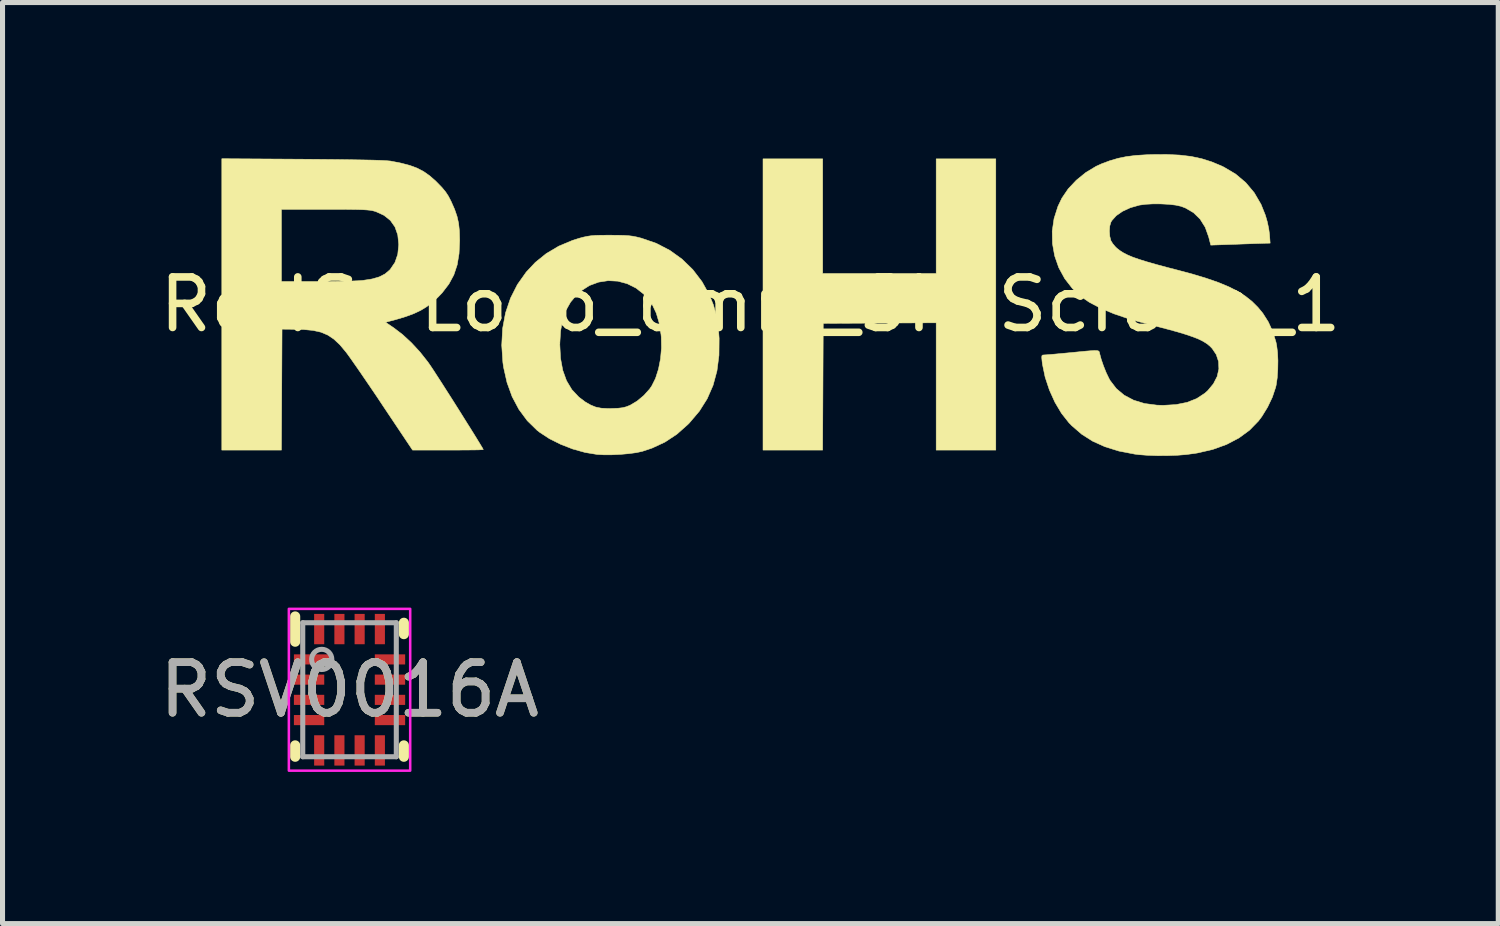
<source format=kicad_pcb>
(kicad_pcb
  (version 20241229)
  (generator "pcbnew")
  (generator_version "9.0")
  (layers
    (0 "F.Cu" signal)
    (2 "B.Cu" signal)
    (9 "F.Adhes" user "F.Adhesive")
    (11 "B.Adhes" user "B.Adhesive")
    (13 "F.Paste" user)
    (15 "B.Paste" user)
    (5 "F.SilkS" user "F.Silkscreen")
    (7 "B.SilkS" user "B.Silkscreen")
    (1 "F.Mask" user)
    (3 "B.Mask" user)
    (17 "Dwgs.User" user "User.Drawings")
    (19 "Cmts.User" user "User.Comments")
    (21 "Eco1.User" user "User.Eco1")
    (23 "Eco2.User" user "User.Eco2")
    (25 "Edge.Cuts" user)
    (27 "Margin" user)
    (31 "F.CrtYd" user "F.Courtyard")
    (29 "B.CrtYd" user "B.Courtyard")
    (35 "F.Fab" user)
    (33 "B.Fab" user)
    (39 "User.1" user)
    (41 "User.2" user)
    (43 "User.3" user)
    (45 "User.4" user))
  (footprint "RoHS-Logo_6mm_SilkScreen_1"
    (layer "F.Cu")
    (at 11.792 2.972)
    (property "Reference" "RoHS-Logo_6mm_SilkScreen_1" (at 0 0 0) (layer "F.SilkS") (effects (font (size 1 1) (thickness 0.15))))
    (attr exclude_from_pos_files exclude_from_bom)
    (fp_poly (pts (xy 1.429 -0.612) (xy 3.674 -0.612) (xy 3.674 -2.88) (xy 4.853 -2.88) (xy 4.853 2.88) (xy 3.674 2.88) (xy 3.674 0.362) (xy 2.557 0.368) (xy 1.44 0.374) (xy 1.434 1.627) (xy 1.428 2.88) (xy 0.249 2.88) (xy 0.249 -2.88) (xy 1.429 -2.88) (xy 1.429 -0.612)) (stroke (width 0.01) (type solid)) (fill yes) (layer "F.SilkS"))
    (fp_poly (pts (xy -2.767 -1.37) (xy -2.615 -1.369) (xy -2.499 -1.366) (xy -2.406 -1.36) (xy -2.327 -1.35) (xy -2.251 -1.335) (xy -2.167 -1.314) (xy -2.153 -1.31) (xy -1.863 -1.21) (xy -1.595 -1.071) (xy -1.353 -0.897) (xy -1.14 -0.69) (xy -0.958 -0.452) (xy -0.815 -0.195) (xy -0.732 0.009) (xy -0.673 0.218) (xy -0.636 0.446) (xy -0.619 0.671) (xy -0.622 1.005) (xy -0.662 1.314) (xy -0.739 1.599) (xy -0.855 1.864) (xy -1.01 2.11) (xy -1.205 2.34) (xy -1.235 2.371) (xy -1.456 2.567) (xy -1.691 2.722) (xy -1.947 2.841) (xy -2.136 2.904) (xy -2.254 2.93) (xy -2.404 2.95) (xy -2.571 2.965) (xy -2.743 2.973) (xy -2.905 2.973) (xy -3.032 2.966) (xy -3.269 2.927) (xy -3.513 2.859) (xy -3.752 2.766) (xy -3.975 2.655) (xy -4.169 2.528) (xy -4.22 2.488) (xy -4.414 2.298) (xy -4.579 2.075) (xy -4.713 1.823) (xy -4.814 1.544) (xy -4.882 1.243) (xy -4.896 1.145) (xy -4.919 0.802) (xy -4.918 0.794) (xy -3.77 0.794) (xy -3.756 1.064) (xy -3.712 1.301) (xy -3.638 1.507) (xy -3.532 1.684) (xy -3.393 1.832) (xy -3.266 1.928) (xy -3.159 1.989) (xy -3.06 2.029) (xy -2.952 2.051) (xy -2.822 2.058) (xy -2.733 2.057) (xy -2.616 2.052) (xy -2.53 2.042) (xy -2.458 2.024) (xy -2.387 1.996) (xy -2.376 1.991) (xy -2.242 1.911) (xy -2.11 1.801) (xy -1.996 1.675) (xy -1.953 1.614) (xy -1.877 1.462) (xy -1.818 1.278) (xy -1.778 1.074) (xy -1.759 0.86) (xy -1.763 0.648) (xy -1.768 0.595) (xy -1.805 0.365) (xy -1.862 0.171) (xy -1.94 0.006) (xy -2.043 -0.136) (xy -2.099 -0.195) (xy -2.26 -0.323) (xy -2.437 -0.411) (xy -2.623 -0.461) (xy -2.814 -0.471) (xy -3.003 -0.442) (xy -3.184 -0.375) (xy -3.351 -0.268) (xy -3.432 -0.195) (xy -3.557 -0.047) (xy -3.651 0.119) (xy -3.716 0.308) (xy -3.755 0.526) (xy -3.77 0.777) (xy -3.77 0.794) (xy -4.918 0.794) (xy -4.901 0.475) (xy -4.843 0.165) (xy -4.745 -0.125) (xy -4.609 -0.394) (xy -4.434 -0.641) (xy -4.255 -0.832) (xy -4.038 -1.007) (xy -3.79 -1.154) (xy -3.518 -1.268) (xy -3.388 -1.309) (xy -3.302 -1.332) (xy -3.227 -1.348) (xy -3.154 -1.359) (xy -3.072 -1.366) (xy -2.97 -1.369) (xy -2.838 -1.37) (xy -2.767 -1.37)) (stroke (width 0.01) (type solid)) (fill yes) (layer "F.SilkS"))
    (fp_poly (pts (xy -8.862 -2.873) (xy -8.505 -2.87) (xy -8.187 -2.867) (xy -7.908 -2.863) (xy -7.669 -2.859) (xy -7.47 -2.855) (xy -7.314 -2.85) (xy -7.201 -2.844) (xy -7.132 -2.838) (xy -7.121 -2.837) (xy -6.911 -2.796) (xy -6.736 -2.75) (xy -6.59 -2.696) (xy -6.461 -2.628) (xy -6.342 -2.544) (xy -6.223 -2.439) (xy -6.198 -2.414) (xy -6.102 -2.315) (xy -6.032 -2.231) (xy -5.975 -2.145) (xy -5.923 -2.045) (xy -5.92 -2.039) (xy -5.851 -1.883) (xy -5.803 -1.744) (xy -5.772 -1.607) (xy -5.756 -1.457) (xy -5.751 -1.279) (xy -5.751 -1.259) (xy -5.763 -1.005) (xy -5.8 -0.783) (xy -5.866 -0.585) (xy -5.964 -0.404) (xy -6.095 -0.233) (xy -6.178 -0.146) (xy -6.289 -0.043) (xy -6.4 0.042) (xy -6.519 0.115) (xy -6.654 0.179) (xy -6.813 0.238) (xy -7.005 0.296) (xy -7.141 0.332) (xy -7.217 0.352) (xy -7.05 0.465) (xy -6.88 0.595) (xy -6.705 0.757) (xy -6.535 0.941) (xy -6.381 1.136) (xy -6.358 1.168) (xy -6.319 1.225) (xy -6.262 1.311) (xy -6.191 1.421) (xy -6.108 1.549) (xy -6.017 1.692) (xy -5.919 1.845) (xy -5.819 2.003) (xy -5.72 2.16) (xy -5.624 2.314) (xy -5.534 2.457) (xy -5.453 2.587) (xy -5.385 2.698) (xy -5.332 2.785) (xy -5.297 2.843) (xy -5.284 2.869) (xy -5.284 2.87) (xy -5.306 2.872) (xy -5.368 2.875) (xy -5.464 2.877) (xy -5.589 2.878) (xy -5.737 2.879) (xy -5.904 2.88) (xy -5.983 2.88) (xy -6.682 2.88) (xy -7.262 2.013) (xy -7.386 1.826) (xy -7.509 1.645) (xy -7.627 1.472) (xy -7.735 1.314) (xy -7.831 1.176) (xy -7.911 1.062) (xy -7.972 0.977) (xy -8 0.94) (xy -8.12 0.797) (xy -8.237 0.687) (xy -8.359 0.605) (xy -8.494 0.548) (xy -8.651 0.513) (xy -8.839 0.495) (xy -8.979 0.491) (xy -9.264 0.488) (xy -9.276 2.88) (xy -10.455 2.88) (xy -10.455 -1.882) (xy -9.276 -1.882) (xy -9.276 -0.454) (xy -8.567 -0.454) (xy -8.381 -0.455) (xy -8.2 -0.457) (xy -8.031 -0.46) (xy -7.883 -0.464) (xy -7.762 -0.469) (xy -7.677 -0.475) (xy -7.66 -0.477) (xy -7.481 -0.505) (xy -7.34 -0.546) (xy -7.227 -0.604) (xy -7.137 -0.68) (xy -7.123 -0.695) (xy -7.03 -0.832) (xy -6.975 -0.992) (xy -6.956 -1.178) (xy -6.956 -1.191) (xy -6.975 -1.376) (xy -7.03 -1.533) (xy -7.121 -1.662) (xy -7.247 -1.763) (xy -7.409 -1.837) (xy -7.439 -1.846) (xy -7.478 -1.856) (xy -7.526 -1.864) (xy -7.589 -1.87) (xy -7.67 -1.875) (xy -7.775 -1.878) (xy -7.909 -1.88) (xy -8.076 -1.882) (xy -8.281 -1.882) (xy -8.418 -1.882) (xy -9.276 -1.882) (xy -10.455 -1.882) (xy -10.455 -2.883) (xy -8.862 -2.873)) (stroke (width 0.01) (type solid)) (fill yes) (layer "F.SilkS"))
    (fp_poly (pts (xy 8.487 -2.955) (xy 8.716 -2.928) (xy 8.926 -2.883) (xy 9.125 -2.82) (xy 9.321 -2.738) (xy 9.364 -2.717) (xy 9.597 -2.579) (xy 9.797 -2.41) (xy 9.964 -2.211) (xy 10.099 -1.98) (xy 10.185 -1.765) (xy 10.222 -1.637) (xy 10.251 -1.501) (xy 10.266 -1.389) (xy 10.279 -1.213) (xy 10.214 -1.212) (xy 10.173 -1.211) (xy 10.094 -1.208) (xy 9.985 -1.205) (xy 9.852 -1.2) (xy 9.704 -1.195) (xy 9.627 -1.192) (xy 9.105 -1.174) (xy 9.064 -1.334) (xy 8.995 -1.527) (xy 8.894 -1.688) (xy 8.763 -1.816) (xy 8.603 -1.909) (xy 8.516 -1.942) (xy 8.411 -1.965) (xy 8.275 -1.981) (xy 8.122 -1.989) (xy 7.966 -1.99) (xy 7.82 -1.982) (xy 7.699 -1.966) (xy 7.69 -1.964) (xy 7.514 -1.914) (xy 7.36 -1.843) (xy 7.236 -1.757) (xy 7.148 -1.659) (xy 7.13 -1.628) (xy 7.107 -1.552) (xy 7.1 -1.453) (xy 7.107 -1.35) (xy 7.129 -1.263) (xy 7.129 -1.263) (xy 7.165 -1.204) (xy 7.22 -1.139) (xy 7.247 -1.113) (xy 7.307 -1.066) (xy 7.376 -1.022) (xy 7.46 -0.979) (xy 7.562 -0.936) (xy 7.688 -0.892) (xy 7.842 -0.844) (xy 8.027 -0.791) (xy 8.25 -0.731) (xy 8.436 -0.683) (xy 8.75 -0.599) (xy 9.023 -0.516) (xy 9.259 -0.434) (xy 9.463 -0.349) (xy 9.639 -0.26) (xy 9.79 -0.164) (xy 9.922 -0.059) (xy 10.038 0.057) (xy 10.134 0.173) (xy 10.243 0.345) (xy 10.333 0.543) (xy 10.395 0.746) (xy 10.407 0.804) (xy 10.425 0.945) (xy 10.433 1.111) (xy 10.43 1.285) (xy 10.419 1.451) (xy 10.398 1.595) (xy 10.387 1.641) (xy 10.323 1.833) (xy 10.229 2.03) (xy 10.115 2.216) (xy 10.048 2.305) (xy 9.873 2.485) (xy 9.662 2.64) (xy 9.418 2.768) (xy 9.142 2.868) (xy 8.836 2.938) (xy 8.623 2.968) (xy 8.446 2.982) (xy 8.25 2.989) (xy 8.048 2.99) (xy 7.853 2.983) (xy 7.682 2.97) (xy 7.597 2.959) (xy 7.287 2.899) (xy 7.013 2.814) (xy 6.769 2.704) (xy 6.553 2.567) (xy 6.358 2.399) (xy 6.298 2.337) (xy 6.152 2.152) (xy 6.022 1.933) (xy 5.913 1.691) (xy 5.829 1.438) (xy 5.776 1.183) (xy 5.769 1.128) (xy 5.762 1.055) (xy 5.764 1.016) (xy 5.778 1.001) (xy 5.807 0.998) (xy 5.808 0.998) (xy 5.847 0.996) (xy 5.923 0.99) (xy 6.028 0.981) (xy 6.156 0.969) (xy 6.297 0.956) (xy 6.327 0.953) (xy 6.501 0.936) (xy 6.635 0.923) (xy 6.735 0.915) (xy 6.805 0.911) (xy 6.852 0.912) (xy 6.88 0.918) (xy 6.895 0.929) (xy 6.902 0.945) (xy 6.906 0.966) (xy 6.907 0.97) (xy 6.938 1.085) (xy 6.984 1.218) (xy 7.037 1.35) (xy 7.092 1.464) (xy 7.113 1.502) (xy 7.237 1.664) (xy 7.392 1.794) (xy 7.579 1.893) (xy 7.795 1.959) (xy 8.04 1.991) (xy 8.164 1.995) (xy 8.417 1.98) (xy 8.637 1.936) (xy 8.827 1.861) (xy 8.988 1.755) (xy 9.044 1.705) (xy 9.157 1.569) (xy 9.231 1.425) (xy 9.265 1.276) (xy 9.259 1.129) (xy 9.213 0.99) (xy 9.133 0.871) (xy 9.082 0.819) (xy 9.023 0.772) (xy 8.952 0.728) (xy 8.863 0.684) (xy 8.754 0.641) (xy 8.62 0.595) (xy 8.456 0.545) (xy 8.259 0.491) (xy 8.024 0.43) (xy 7.854 0.387) (xy 7.501 0.29) (xy 7.192 0.185) (xy 6.926 0.074) (xy 6.704 -0.043) (xy 6.558 -0.142) (xy 6.37 -0.314) (xy 6.216 -0.512) (xy 6.098 -0.729) (xy 6.017 -0.962) (xy 5.974 -1.204) (xy 5.969 -1.451) (xy 6.005 -1.698) (xy 6.082 -1.94) (xy 6.16 -2.103) (xy 6.285 -2.287) (xy 6.446 -2.458) (xy 6.633 -2.61) (xy 6.837 -2.733) (xy 6.945 -2.782) (xy 7.111 -2.844) (xy 7.272 -2.891) (xy 7.438 -2.925) (xy 7.621 -2.948) (xy 7.832 -2.961) (xy 7.938 -2.965) (xy 8.23 -2.967) (xy 8.487 -2.955)) (stroke (width 0.01) (type solid)) (fill yes) (layer "F.SilkS")))
  (footprint "RSV0016A"
    (layer "F.Cu")
    (at 3.863 10.592)
    (property "Reference" "RSV0016A" (at 0 0 0) (unlocked yes) (layer "F.SilkS") (effects (font (size 1 1) (thickness 0.15))))
    (attr smd)
    (fp_line (start -1.075 -0.95) (end -1.075 -1.45) (stroke (width 0.2) (type solid)) (layer "F.SilkS"))
    (fp_line (start -1.075 1.325) (end -1.075 1.1) (stroke (width 0.2) (type solid)) (layer "F.SilkS"))
    (fp_line (start 1.075 -1.1) (end 1.075 -1.325) (stroke (width 0.2) (type solid)) (layer "F.SilkS"))
    (fp_line (start 1.075 1.325) (end 1.075 1.1) (stroke (width 0.2) (type solid)) (layer "F.SilkS"))
    (fp_rect (start -1.2 -1.6) (end 1.2 1.6) (stroke (width 0.05) (type default)) (fill no) (layer "F.CrtYd"))
    (fp_line (start -0.925 -1.325) (end 0.925 -1.325) (stroke (width 0.1) (type solid)) (layer "F.Fab"))
    (fp_line (start -0.925 1.325) (end -0.925 -1.325) (stroke (width 0.1) (type solid)) (layer "F.Fab"))
    (fp_line (start -0.925 1.325) (end 0.925 1.325) (stroke (width 0.1) (type solid)) (layer "F.Fab"))
    (fp_line (start 0.925 1.325) (end 0.925 -1.325) (stroke (width 0.1) (type solid)) (layer "F.Fab"))
    (fp_circle (center -0.55 -0.6) (end -0.35 -0.6) (stroke (width 0.1) (type solid)) (fill no) (layer "F.Fab"))
    (fp_text user "${REFERENCE}" (at 0 0 0) (unlocked yes) (layer "F.Fab") (effects (font (size 1 1) (thickness 0.15))))
    (pad "1" smd rect (at -0.75 -0.6 90) (size 0.2 0.7) (layers "F.Cu" "F.Mask" "F.Paste"))
    (pad "2" smd rect (at -0.8 -0.2 90) (size 0.2 0.6) (layers "F.Cu" "F.Mask" "F.Paste"))
    (pad "3" smd rect (at -0.8 0.2 90) (size 0.2 0.6) (layers "F.Cu" "F.Mask" "F.Paste"))
    (pad "4" smd rect (at -0.8 0.6 90) (size 0.2 0.6) (layers "F.Cu" "F.Mask" "F.Paste"))
    (pad "5" smd rect (at -0.6 1.2) (size 0.2 0.6) (layers "F.Cu" "F.Mask" "F.Paste"))
    (pad "6" smd rect (at -0.2 1.2) (size 0.2 0.6) (layers "F.Cu" "F.Mask" "F.Paste"))
    (pad "7" smd rect (at 0.2 1.2) (size 0.2 0.6) (layers "F.Cu" "F.Mask" "F.Paste"))
    (pad "8" smd rect (at 0.6 1.2) (size 0.2 0.6) (layers "F.Cu" "F.Mask" "F.Paste"))
    (pad "9" smd rect (at 0.8 0.6 90) (size 0.2 0.6) (layers "F.Cu" "F.Mask" "F.Paste"))
    (pad "10" smd rect (at 0.8 0.2 90) (size 0.2 0.6) (layers "F.Cu" "F.Mask" "F.Paste"))
    (pad "11" smd rect (at 0.8 -0.2 90) (size 0.2 0.6) (layers "F.Cu" "F.Mask" "F.Paste"))
    (pad "12" smd rect (at 0.8 -0.6 90) (size 0.2 0.6) (layers "F.Cu" "F.Mask" "F.Paste"))
    (pad "13" smd rect (at 0.6 -1.2) (size 0.2 0.6) (layers "F.Cu" "F.Mask" "F.Paste"))
    (pad "14" smd rect (at 0.2 -1.2) (size 0.2 0.6) (layers "F.Cu" "F.Mask" "F.Paste"))
    (pad "15" smd rect (at -0.2 -1.2) (size 0.2 0.6) (layers "F.Cu" "F.Mask" "F.Paste"))
    (pad "16" smd rect (at -0.6 -1.2) (size 0.2 0.6) (layers "F.Cu" "F.Mask" "F.Paste")))
  (gr_rect
    (start -3 -3)
    (end 26.583 15.217)
    (stroke (width 0.1) (type default))
    (fill no)
    (layer "Edge.Cuts")))
</source>
